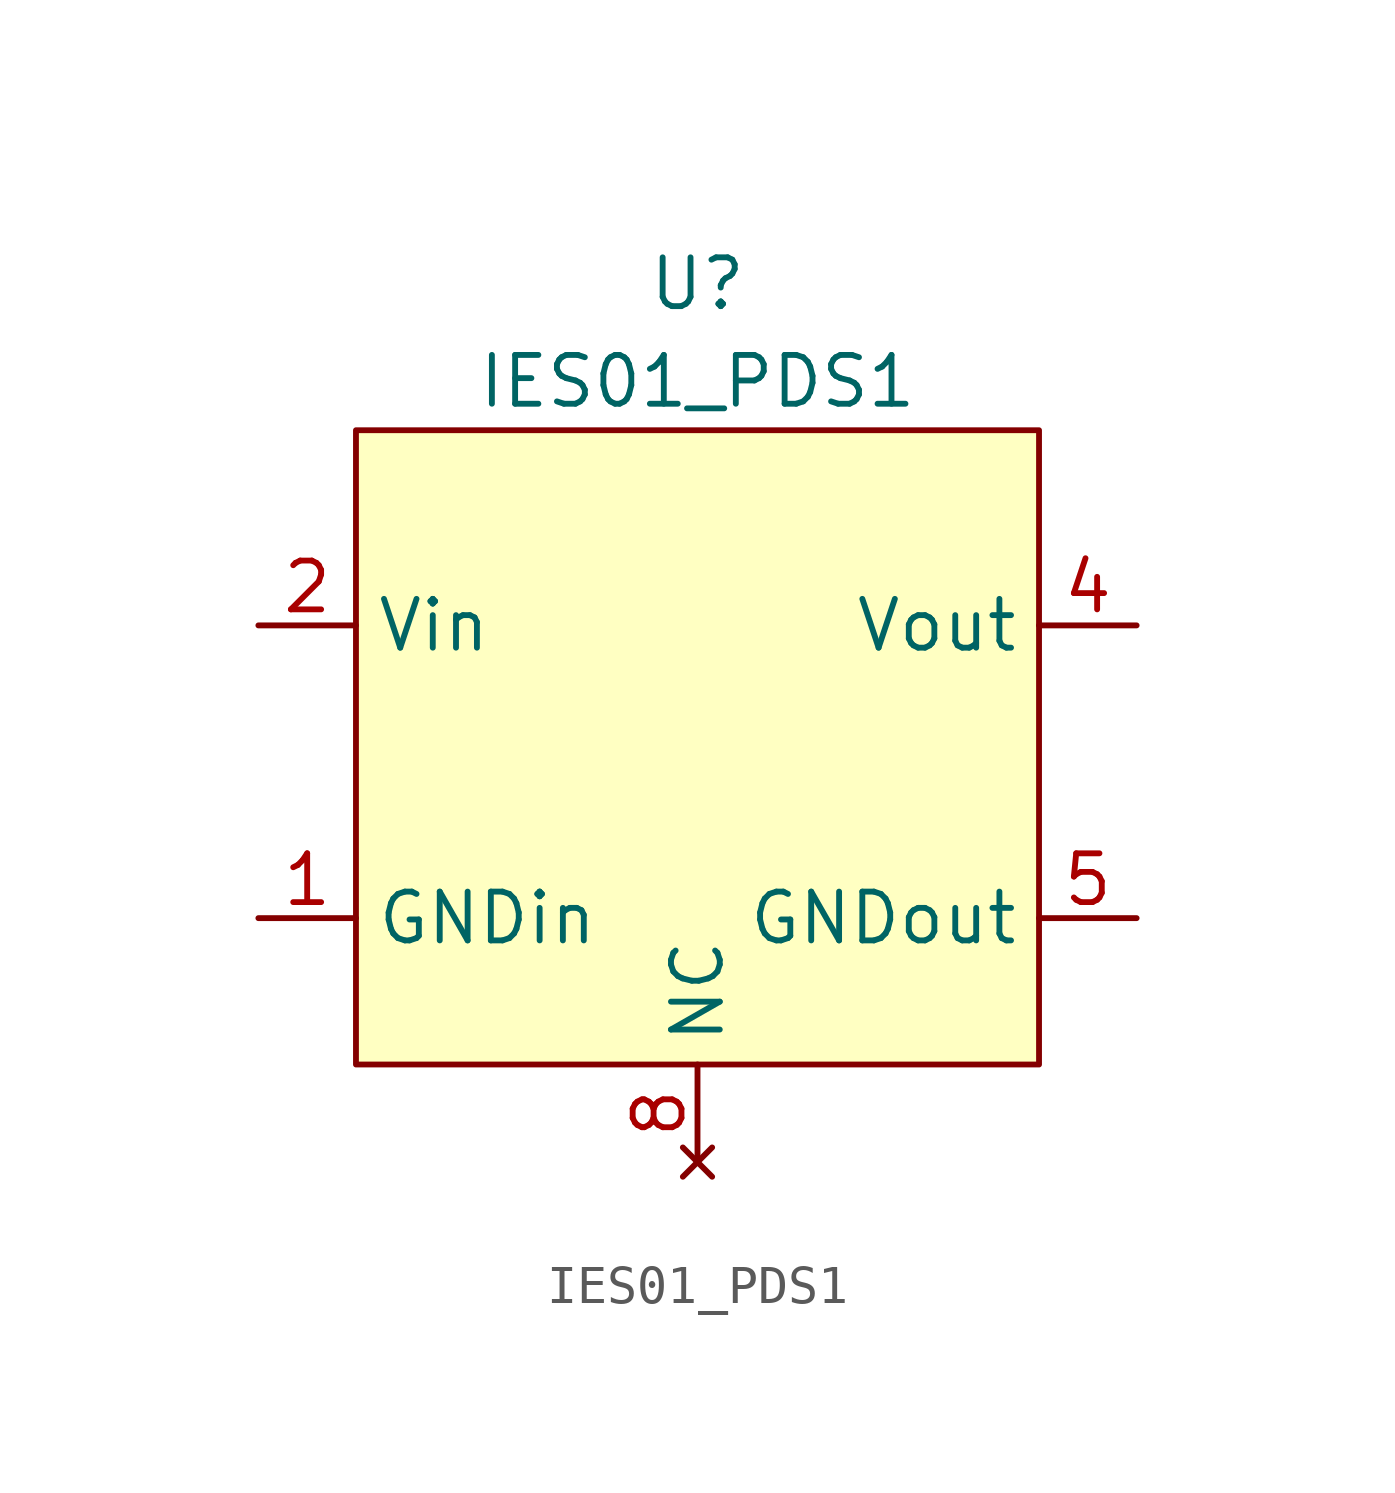
<source format=kicad_sym>
(kicad_symbol_lib
  (version 20211014)
  (generator kicad_symbol_editor)
  (symbol "IES01_PDS1"
    (property "Reference" "U"
      (at 0 11.43 0)
      (effects (font (size 1.27 1.27))))
    (property "Value" "IES01_PDS1"
      (at 0 8.89 0)
      (effects (font (size 1.27 1.27))))
    (symbol "IES01_PDS1_0_1"
      (rectangle (start -8.89 7.62) (end 8.89 -8.89) (stroke (width 0.152) (type default) (color 0 0 0 0)) (fill (type background))))
    (symbol "IES01_PDS1_1_1"
      (pin input line (at -11.43 -5.08 0) (length 2.54) (name "GNDin" (effects (font (size 1.27 1.27)))) (number "1" (effects (font (size 1.27 1.27)))))
      (pin input line (at -11.43 2.54 0) (length 2.54) (name "Vin" (effects (font (size 1.27 1.27)))) (number "2" (effects (font (size 1.27 1.27)))))
      (pin input line (at 11.43 2.54 180) (length 2.54) (name "Vout" (effects (font (size 1.27 1.27)))) (number "4" (effects (font (size 1.27 1.27)))))
      (pin input line (at 11.43 -5.08 180) (length 2.54) (name "GNDout" (effects (font (size 1.27 1.27)))) (number "5" (effects (font (size 1.27 1.27)))))
      (pin no_connect line (at 0 -11.43 90) (length 2.54) (name "NC" (effects (font (size 1.27 1.27)))) (number "8" (effects (font (size 1.27 1.27))))))))
</source>
